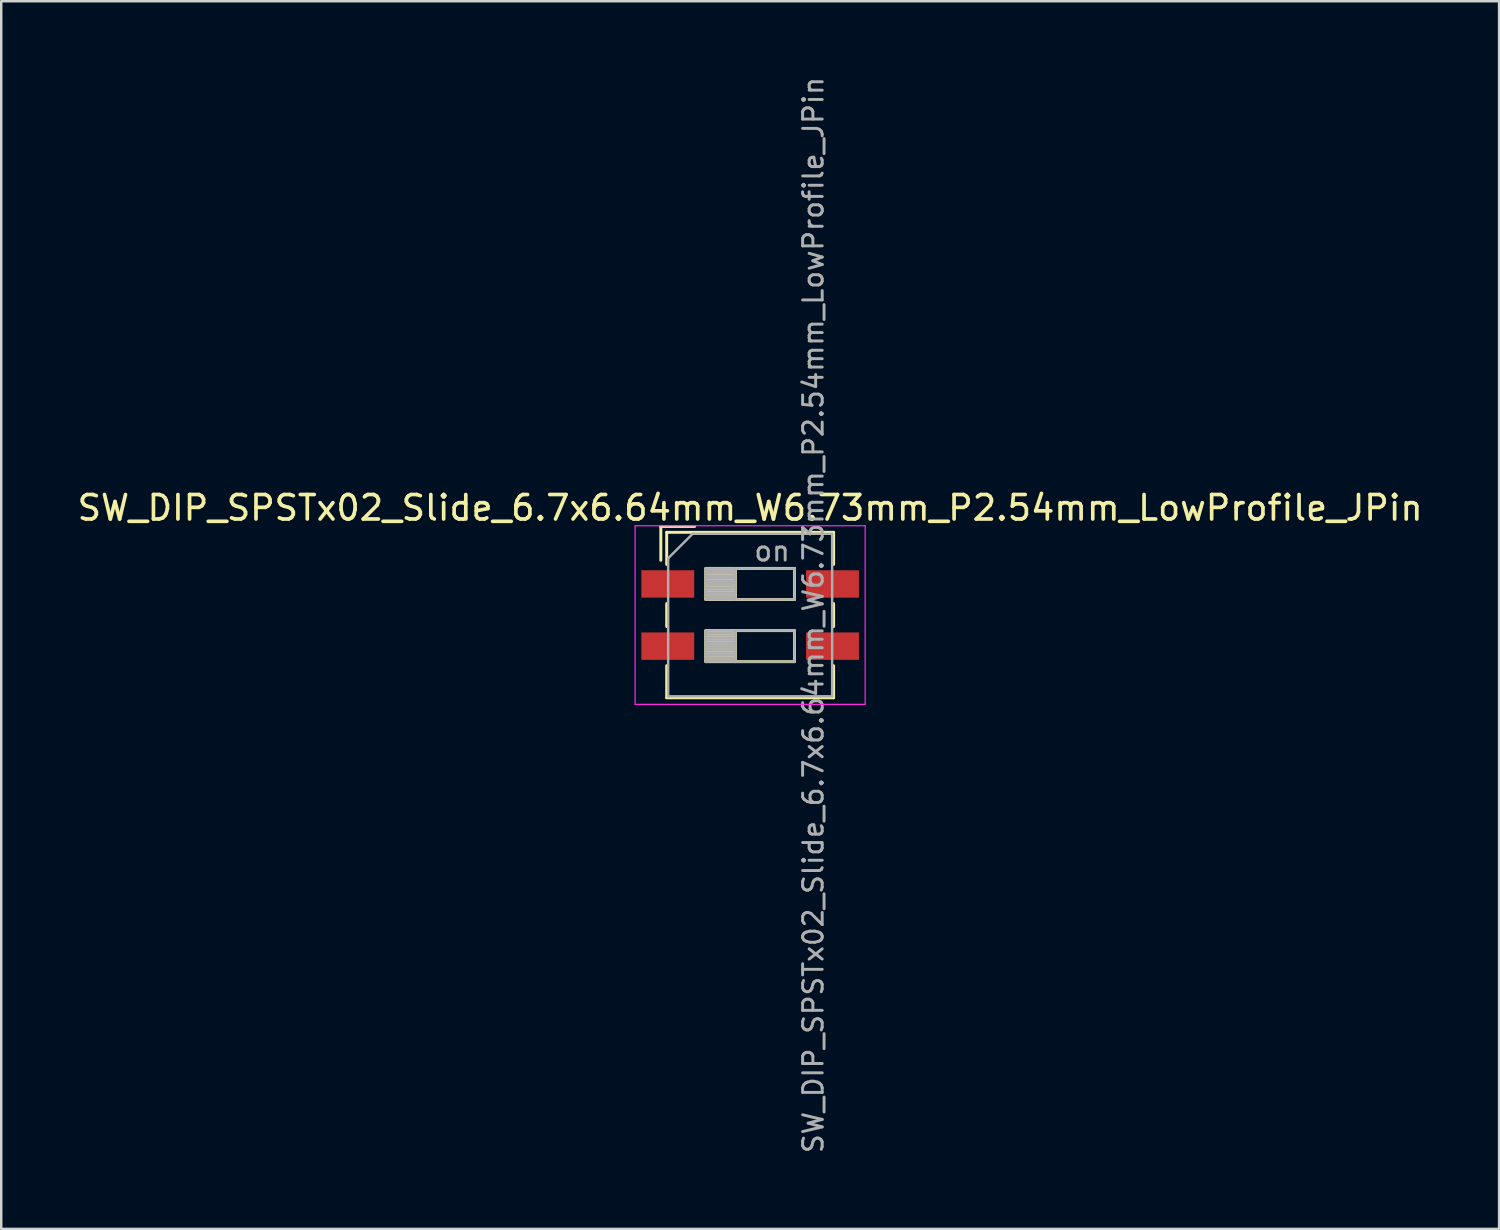
<source format=kicad_pcb>
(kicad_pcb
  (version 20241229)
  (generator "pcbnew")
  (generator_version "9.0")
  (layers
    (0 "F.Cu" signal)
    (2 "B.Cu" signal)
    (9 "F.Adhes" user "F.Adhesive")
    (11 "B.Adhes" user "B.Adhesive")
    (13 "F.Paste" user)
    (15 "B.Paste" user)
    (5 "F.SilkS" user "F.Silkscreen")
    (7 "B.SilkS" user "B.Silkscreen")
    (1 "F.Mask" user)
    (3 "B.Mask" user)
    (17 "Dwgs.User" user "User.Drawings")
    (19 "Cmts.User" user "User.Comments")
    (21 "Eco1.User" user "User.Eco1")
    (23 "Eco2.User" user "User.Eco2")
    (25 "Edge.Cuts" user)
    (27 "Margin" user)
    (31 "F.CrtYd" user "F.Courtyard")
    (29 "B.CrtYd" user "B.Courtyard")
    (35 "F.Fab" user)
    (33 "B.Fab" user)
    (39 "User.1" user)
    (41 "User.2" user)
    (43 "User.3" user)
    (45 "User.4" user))
  (footprint "SW_DIP_SPSTx02_Slide_6.7x6.64mm_W6.73mm_P2.54mm_LowProfile_JPin"
    (layer "F.Cu")
    (at 27.601 22.081)
    (property "Reference" "SW_DIP_SPSTx02_Slide_6.7x6.64mm_W6.73mm_P2.54mm_LowProfile_JPin" (at 0 -4.38 0) (layer "F.SilkS") (effects (font (size 1 1) (thickness 0.15))))
    (attr smd)
    (fp_line (start -3.65 -3.62) (end -3.65 -2.237) (stroke (width 0.12) (type solid)) (layer "F.SilkS"))
    (fp_line (start -3.65 -3.62) (end -2.267 -3.62) (stroke (width 0.12) (type solid)) (layer "F.SilkS"))
    (fp_line (start -3.41 -3.38) (end -3.41 -2.07) (stroke (width 0.12) (type solid)) (layer "F.SilkS"))
    (fp_line (start -3.41 -3.38) (end 3.41 -3.38) (stroke (width 0.12) (type solid)) (layer "F.SilkS"))
    (fp_line (start -3.41 -0.47) (end -3.41 0.47) (stroke (width 0.12) (type solid)) (layer "F.SilkS"))
    (fp_line (start -3.41 2.07) (end -3.41 3.38) (stroke (width 0.12) (type solid)) (layer "F.SilkS"))
    (fp_line (start -3.41 3.38) (end 3.41 3.38) (stroke (width 0.12) (type solid)) (layer "F.SilkS"))
    (fp_line (start -1.81 -1.905) (end -1.81 -0.635) (stroke (width 0.12) (type solid)) (layer "F.SilkS"))
    (fp_line (start -1.81 -1.785) (end -0.603 -1.785) (stroke (width 0.12) (type solid)) (layer "F.SilkS"))
    (fp_line (start -1.81 -1.665) (end -0.603 -1.665) (stroke (width 0.12) (type solid)) (layer "F.SilkS"))
    (fp_line (start -1.81 -1.545) (end -0.603 -1.545) (stroke (width 0.12) (type solid)) (layer "F.SilkS"))
    (fp_line (start -1.81 -1.425) (end -0.603 -1.425) (stroke (width 0.12) (type solid)) (layer "F.SilkS"))
    (fp_line (start -1.81 -1.305) (end -0.603 -1.305) (stroke (width 0.12) (type solid)) (layer "F.SilkS"))
    (fp_line (start -1.81 -1.185) (end -0.603 -1.185) (stroke (width 0.12) (type solid)) (layer "F.SilkS"))
    (fp_line (start -1.81 -1.065) (end -0.603 -1.065) (stroke (width 0.12) (type solid)) (layer "F.SilkS"))
    (fp_line (start -1.81 -0.945) (end -0.603 -0.945) (stroke (width 0.12) (type solid)) (layer "F.SilkS"))
    (fp_line (start -1.81 -0.825) (end -0.603 -0.825) (stroke (width 0.12) (type solid)) (layer "F.SilkS"))
    (fp_line (start -1.81 -0.705) (end -0.603 -0.705) (stroke (width 0.12) (type solid)) (layer "F.SilkS"))
    (fp_line (start -1.81 -0.635) (end 1.81 -0.635) (stroke (width 0.12) (type solid)) (layer "F.SilkS"))
    (fp_line (start -1.81 0.635) (end -1.81 1.905) (stroke (width 0.12) (type solid)) (layer "F.SilkS"))
    (fp_line (start -1.81 0.755) (end -0.603 0.755) (stroke (width 0.12) (type solid)) (layer "F.SilkS"))
    (fp_line (start -1.81 0.875) (end -0.603 0.875) (stroke (width 0.12) (type solid)) (layer "F.SilkS"))
    (fp_line (start -1.81 0.995) (end -0.603 0.995) (stroke (width 0.12) (type solid)) (layer "F.SilkS"))
    (fp_line (start -1.81 1.115) (end -0.603 1.115) (stroke (width 0.12) (type solid)) (layer "F.SilkS"))
    (fp_line (start -1.81 1.235) (end -0.603 1.235) (stroke (width 0.12) (type solid)) (layer "F.SilkS"))
    (fp_line (start -1.81 1.355) (end -0.603 1.355) (stroke (width 0.12) (type solid)) (layer "F.SilkS"))
    (fp_line (start -1.81 1.475) (end -0.603 1.475) (stroke (width 0.12) (type solid)) (layer "F.SilkS"))
    (fp_line (start -1.81 1.595) (end -0.603 1.595) (stroke (width 0.12) (type solid)) (layer "F.SilkS"))
    (fp_line (start -1.81 1.715) (end -0.603 1.715) (stroke (width 0.12) (type solid)) (layer "F.SilkS"))
    (fp_line (start -1.81 1.835) (end -0.603 1.835) (stroke (width 0.12) (type solid)) (layer "F.SilkS"))
    (fp_line (start -1.81 1.905) (end 1.81 1.905) (stroke (width 0.12) (type solid)) (layer "F.SilkS"))
    (fp_line (start -0.603 -1.905) (end -0.603 -0.635) (stroke (width 0.12) (type solid)) (layer "F.SilkS"))
    (fp_line (start -0.603 0.635) (end -0.603 1.905) (stroke (width 0.12) (type solid)) (layer "F.SilkS"))
    (fp_line (start 1.81 -1.905) (end -1.81 -1.905) (stroke (width 0.12) (type solid)) (layer "F.SilkS"))
    (fp_line (start 1.81 -0.635) (end 1.81 -1.905) (stroke (width 0.12) (type solid)) (layer "F.SilkS"))
    (fp_line (start 1.81 0.635) (end -1.81 0.635) (stroke (width 0.12) (type solid)) (layer "F.SilkS"))
    (fp_line (start 1.81 1.905) (end 1.81 0.635) (stroke (width 0.12) (type solid)) (layer "F.SilkS"))
    (fp_line (start 3.41 -3.38) (end 3.41 -2.07) (stroke (width 0.12) (type solid)) (layer "F.SilkS"))
    (fp_line (start 3.41 -0.47) (end 3.41 0.47) (stroke (width 0.12) (type solid)) (layer "F.SilkS"))
    (fp_line (start 3.41 2.07) (end 3.41 3.38) (stroke (width 0.12) (type solid)) (layer "F.SilkS"))
    (fp_line (start -4.7 -3.65) (end -4.7 3.65) (stroke (width 0.05) (type solid)) (layer "F.CrtYd"))
    (fp_line (start -4.7 3.65) (end 4.7 3.65) (stroke (width 0.05) (type solid)) (layer "F.CrtYd"))
    (fp_line (start 4.7 -3.65) (end -4.7 -3.65) (stroke (width 0.05) (type solid)) (layer "F.CrtYd"))
    (fp_line (start 4.7 3.65) (end 4.7 -3.65) (stroke (width 0.05) (type solid)) (layer "F.CrtYd"))
    (fp_line (start -3.35 -2.32) (end -2.35 -3.32) (stroke (width 0.1) (type solid)) (layer "F.Fab"))
    (fp_line (start -3.35 3.32) (end -3.35 -2.32) (stroke (width 0.1) (type solid)) (layer "F.Fab"))
    (fp_line (start -2.35 -3.32) (end 3.35 -3.32) (stroke (width 0.1) (type solid)) (layer "F.Fab"))
    (fp_line (start -1.81 -1.905) (end -1.81 -0.635) (stroke (width 0.1) (type solid)) (layer "F.Fab"))
    (fp_line (start -1.81 -1.805) (end -0.603 -1.805) (stroke (width 0.1) (type solid)) (layer "F.Fab"))
    (fp_line (start -1.81 -1.705) (end -0.603 -1.705) (stroke (width 0.1) (type solid)) (layer "F.Fab"))
    (fp_line (start -1.81 -1.605) (end -0.603 -1.605) (stroke (width 0.1) (type solid)) (layer "F.Fab"))
    (fp_line (start -1.81 -1.505) (end -0.603 -1.505) (stroke (width 0.1) (type solid)) (layer "F.Fab"))
    (fp_line (start -1.81 -1.405) (end -0.603 -1.405) (stroke (width 0.1) (type solid)) (layer "F.Fab"))
    (fp_line (start -1.81 -1.305) (end -0.603 -1.305) (stroke (width 0.1) (type solid)) (layer "F.Fab"))
    (fp_line (start -1.81 -1.205) (end -0.603 -1.205) (stroke (width 0.1) (type solid)) (layer "F.Fab"))
    (fp_line (start -1.81 -1.105) (end -0.603 -1.105) (stroke (width 0.1) (type solid)) (layer "F.Fab"))
    (fp_line (start -1.81 -1.005) (end -0.603 -1.005) (stroke (width 0.1) (type solid)) (layer "F.Fab"))
    (fp_line (start -1.81 -0.905) (end -0.603 -0.905) (stroke (width 0.1) (type solid)) (layer "F.Fab"))
    (fp_line (start -1.81 -0.805) (end -0.603 -0.805) (stroke (width 0.1) (type solid)) (layer "F.Fab"))
    (fp_line (start -1.81 -0.705) (end -0.603 -0.705) (stroke (width 0.1) (type solid)) (layer "F.Fab"))
    (fp_line (start -1.81 -0.635) (end 1.81 -0.635) (stroke (width 0.1) (type solid)) (layer "F.Fab"))
    (fp_line (start -1.81 0.635) (end -1.81 1.905) (stroke (width 0.1) (type solid)) (layer "F.Fab"))
    (fp_line (start -1.81 0.735) (end -0.603 0.735) (stroke (width 0.1) (type solid)) (layer "F.Fab"))
    (fp_line (start -1.81 0.835) (end -0.603 0.835) (stroke (width 0.1) (type solid)) (layer "F.Fab"))
    (fp_line (start -1.81 0.935) (end -0.603 0.935) (stroke (width 0.1) (type solid)) (layer "F.Fab"))
    (fp_line (start -1.81 1.035) (end -0.603 1.035) (stroke (width 0.1) (type solid)) (layer "F.Fab"))
    (fp_line (start -1.81 1.135) (end -0.603 1.135) (stroke (width 0.1) (type solid)) (layer "F.Fab"))
    (fp_line (start -1.81 1.235) (end -0.603 1.235) (stroke (width 0.1) (type solid)) (layer "F.Fab"))
    (fp_line (start -1.81 1.335) (end -0.603 1.335) (stroke (width 0.1) (type solid)) (layer "F.Fab"))
    (fp_line (start -1.81 1.435) (end -0.603 1.435) (stroke (width 0.1) (type solid)) (layer "F.Fab"))
    (fp_line (start -1.81 1.535) (end -0.603 1.535) (stroke (width 0.1) (type solid)) (layer "F.Fab"))
    (fp_line (start -1.81 1.635) (end -0.603 1.635) (stroke (width 0.1) (type solid)) (layer "F.Fab"))
    (fp_line (start -1.81 1.735) (end -0.603 1.735) (stroke (width 0.1) (type solid)) (layer "F.Fab"))
    (fp_line (start -1.81 1.835) (end -0.603 1.835) (stroke (width 0.1) (type solid)) (layer "F.Fab"))
    (fp_line (start -1.81 1.905) (end 1.81 1.905) (stroke (width 0.1) (type solid)) (layer "F.Fab"))
    (fp_line (start -0.603 -1.905) (end -0.603 -0.635) (stroke (width 0.1) (type solid)) (layer "F.Fab"))
    (fp_line (start -0.603 0.635) (end -0.603 1.905) (stroke (width 0.1) (type solid)) (layer "F.Fab"))
    (fp_line (start 1.81 -1.905) (end -1.81 -1.905) (stroke (width 0.1) (type solid)) (layer "F.Fab"))
    (fp_line (start 1.81 -0.635) (end 1.81 -1.905) (stroke (width 0.1) (type solid)) (layer "F.Fab"))
    (fp_line (start 1.81 0.635) (end -1.81 0.635) (stroke (width 0.1) (type solid)) (layer "F.Fab"))
    (fp_line (start 1.81 1.905) (end 1.81 0.635) (stroke (width 0.1) (type solid)) (layer "F.Fab"))
    (fp_line (start 3.35 -3.32) (end 3.35 3.32) (stroke (width 0.1) (type solid)) (layer "F.Fab"))
    (fp_line (start 3.35 3.32) (end -3.35 3.32) (stroke (width 0.1) (type solid)) (layer "F.Fab"))
    (fp_text user "on" (at 0.897 -2.612 0) (layer "F.Fab") (effects (font (size 0.8 0.8) (thickness 0.12))))
    (fp_text user "${REFERENCE}" (at 2.58 0 90) (layer "F.Fab") (effects (font (size 0.8 0.8) (thickness 0.12))))
    (pad "1" smd rect (at -3.365 -1.27) (size 2.16 1.12) (layers "F.Cu" "F.Mask" "F.Paste"))
    (pad "2" smd rect (at -3.365 1.27) (size 2.16 1.12) (layers "F.Cu" "F.Mask" "F.Paste"))
    (pad "3" smd rect (at 3.365 1.27) (size 2.16 1.12) (layers "F.Cu" "F.Mask" "F.Paste"))
    (pad "4" smd rect (at 3.365 -1.27) (size 2.16 1.12) (layers "F.Cu" "F.Mask" "F.Paste")))
  (gr_rect
    (start -3 -3)
    (end 58.202 47.162)
    (stroke (width 0.1) (type default))
    (fill no)
    (layer "Edge.Cuts")))
</source>
